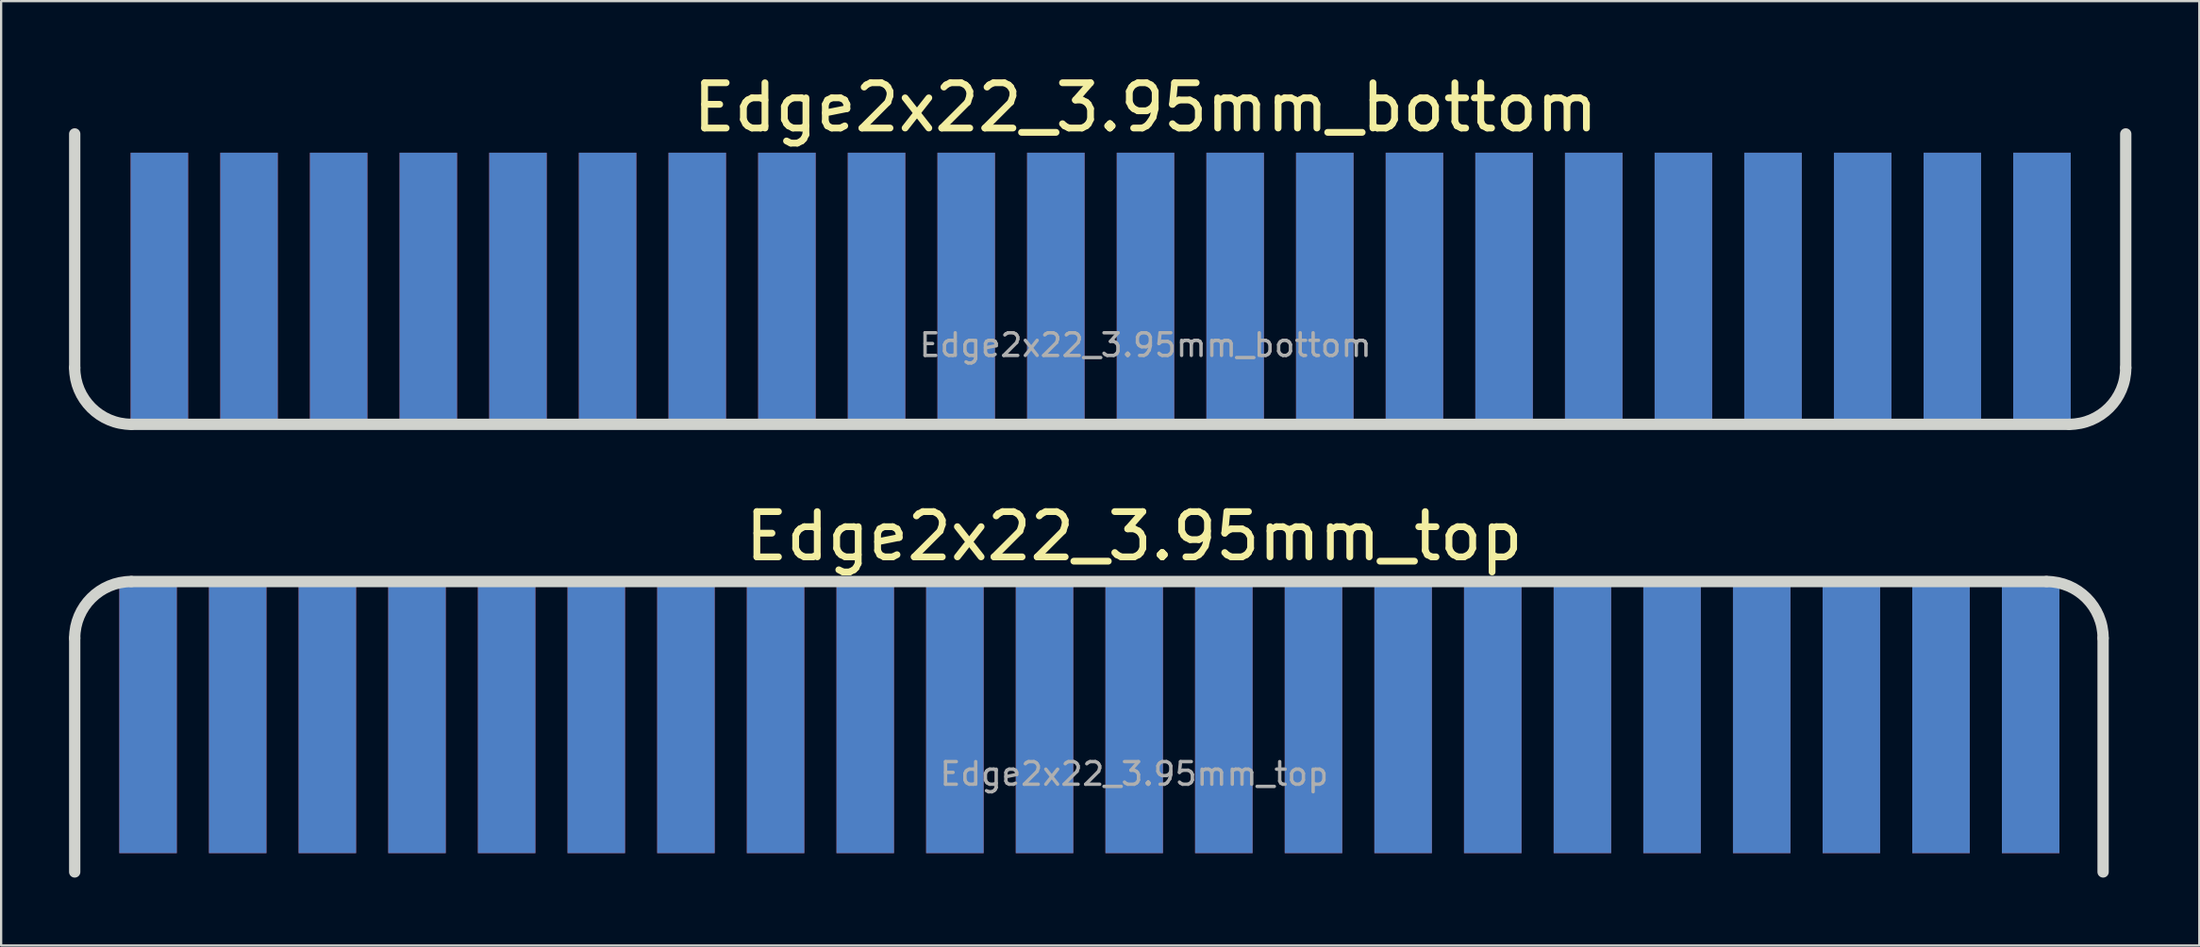
<source format=kicad_pcb>
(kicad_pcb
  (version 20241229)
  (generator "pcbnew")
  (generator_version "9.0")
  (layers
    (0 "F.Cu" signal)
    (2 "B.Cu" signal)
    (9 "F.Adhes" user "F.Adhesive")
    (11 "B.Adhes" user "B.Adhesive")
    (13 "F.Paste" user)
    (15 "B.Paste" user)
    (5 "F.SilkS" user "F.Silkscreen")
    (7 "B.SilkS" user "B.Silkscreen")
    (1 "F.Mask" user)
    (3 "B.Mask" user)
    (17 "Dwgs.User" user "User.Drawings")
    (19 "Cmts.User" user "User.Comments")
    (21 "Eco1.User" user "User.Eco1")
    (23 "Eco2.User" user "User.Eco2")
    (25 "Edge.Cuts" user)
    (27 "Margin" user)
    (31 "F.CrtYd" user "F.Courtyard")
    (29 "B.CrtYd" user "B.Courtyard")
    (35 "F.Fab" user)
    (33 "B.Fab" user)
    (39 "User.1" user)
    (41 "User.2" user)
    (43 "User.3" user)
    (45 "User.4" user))
  (footprint "Edge2x22_3.95mm_bottom"
    (layer "F.Cu")
    (at 47.55 15.697)
    (property "Reference" "Edge2x22_3.95mm_bottom" (at 0 -14 0) (unlocked yes) (layer "F.SilkS") (effects (font (size 2 2) (thickness 0.3))))
    (attr exclude_from_pos_files exclude_from_bom)
    (fp_line (start -47.3 -2.5) (end -47.3 -12.83) (stroke (width 0.5) (type default)) (layer "Edge.Cuts"))
    (fp_line (start -44.8 0) (end 40.8 0) (stroke (width 0.5) (type solid)) (layer "Edge.Cuts"))
    (fp_line (start 43.3 -2.5) (end 43.3 -12.83) (stroke (width 0.5) (type default)) (layer "Edge.Cuts"))
    (fp_arc (start -44.8 0) (mid -46.567767 -0.732233) (end -47.3 -2.5) (stroke (width 0.5) (type default)) (layer "Edge.Cuts"))
    (fp_arc (start 43.3 -2.5) (mid 42.567767 -0.732233) (end 40.8 0) (stroke (width 0.5) (type default)) (layer "Edge.Cuts"))
    (fp_line (start -46.98 0) (end 43.02 0) (stroke (width 0.05) (type dash_dot_dot)) (layer "User.1"))
    (fp_text user "${REFERENCE}" (at 0 -3.5 0) (unlocked yes) (layer "F.Fab") (effects (font (size 1 1) (thickness 0.15))))
    (pad "1" connect rect (at -43.56 -6) (size 2.54 12) (layers "B.Cu" "B.Mask"))
    (pad "2" connect rect (at -39.6 -6) (size 2.54 12) (layers "B.Cu" "B.Mask"))
    (pad "3" connect rect (at -35.64 -6) (size 2.54 12) (layers "B.Cu" "B.Mask"))
    (pad "4" connect rect (at -31.68 -6) (size 2.54 12) (layers "B.Cu" "B.Mask"))
    (pad "5" connect rect (at -27.72 -6) (size 2.54 12) (layers "B.Cu" "B.Mask"))
    (pad "6" connect rect (at -23.76 -6) (size 2.54 12) (layers "B.Cu" "B.Mask"))
    (pad "7" connect rect (at -19.8 -6) (size 2.54 12) (layers "B.Cu" "B.Mask"))
    (pad "8" connect rect (at -15.84 -6) (size 2.54 12) (layers "B.Cu" "B.Mask"))
    (pad "9" connect rect (at -11.88 -6) (size 2.54 12) (layers "B.Cu" "B.Mask"))
    (pad "10" connect rect (at -7.92 -6) (size 2.54 12) (layers "B.Cu" "B.Mask"))
    (pad "11" connect rect (at -3.96 -6) (size 2.54 12) (layers "B.Cu" "B.Mask"))
    (pad "12" connect rect (at 0 -6) (size 2.54 12) (layers "B.Cu" "B.Mask"))
    (pad "13" connect rect (at 3.96 -6) (size 2.54 12) (layers "B.Cu" "B.Mask"))
    (pad "14" connect rect (at 7.92 -6) (size 2.54 12) (layers "B.Cu" "B.Mask"))
    (pad "15" connect rect (at 11.88 -6) (size 2.54 12) (layers "B.Cu" "B.Mask"))
    (pad "16" connect rect (at 15.84 -6) (size 2.54 12) (layers "B.Cu" "B.Mask"))
    (pad "17" connect rect (at 19.8 -6) (size 2.54 12) (layers "B.Cu" "B.Mask"))
    (pad "18" connect rect (at 23.76 -6) (size 2.54 12) (layers "B.Cu" "B.Mask"))
    (pad "19" connect rect (at 27.72 -6) (size 2.54 12) (layers "B.Cu" "B.Mask"))
    (pad "20" connect rect (at 31.68 -6) (size 2.54 12) (layers "B.Cu" "B.Mask"))
    (pad "21" connect rect (at 35.64 -6) (size 2.54 12) (layers "B.Cu" "B.Mask"))
    (pad "22" connect rect (at 39.6 -6) (size 2.54 12) (layers "B.Cu" "B.Mask"))
    (pad "23" connect rect (at -43.56 -6) (size 2.54 12) (layers "F.Cu" "F.Mask"))
    (pad "24" connect rect (at -39.6 -6) (size 2.54 12) (layers "F.Cu" "F.Mask"))
    (pad "25" connect rect (at -35.64 -6) (size 2.54 12) (layers "F.Cu" "F.Mask"))
    (pad "26" connect rect (at -31.68 -6) (size 2.54 12) (layers "F.Cu" "F.Mask"))
    (pad "27" connect rect (at -27.72 -6) (size 2.54 12) (layers "F.Cu" "F.Mask"))
    (pad "28" connect rect (at -23.76 -6) (size 2.54 12) (layers "F.Cu" "F.Mask"))
    (pad "29" connect rect (at -19.8 -6) (size 2.54 12) (layers "F.Cu" "F.Mask"))
    (pad "30" connect rect (at -15.84 -6) (size 2.54 12) (layers "F.Cu" "F.Mask"))
    (pad "31" connect rect (at -11.88 -6) (size 2.54 12) (layers "F.Cu" "F.Mask"))
    (pad "32" connect rect (at -7.92 -6) (size 2.54 12) (layers "F.Cu" "F.Mask"))
    (pad "33" connect rect (at -3.96 -6) (size 2.54 12) (layers "F.Cu" "F.Mask"))
    (pad "34" connect rect (at 0 -6) (size 2.54 12) (layers "F.Cu" "F.Mask"))
    (pad "35" connect rect (at 3.96 -6) (size 2.54 12) (layers "F.Cu" "F.Mask"))
    (pad "36" connect rect (at 7.92 -6) (size 2.54 12) (layers "F.Cu" "F.Mask"))
    (pad "37" connect rect (at 11.88 -6) (size 2.54 12) (layers "F.Cu" "F.Mask"))
    (pad "38" connect rect (at 15.84 -6) (size 2.54 12) (layers "F.Cu" "F.Mask"))
    (pad "39" connect rect (at 19.8 -6) (size 2.54 12) (layers "F.Cu" "F.Mask"))
    (pad "40" connect rect (at 23.76 -6) (size 2.54 12) (layers "F.Cu" "F.Mask"))
    (pad "41" connect rect (at 27.72 -6) (size 2.54 12) (layers "F.Cu" "F.Mask"))
    (pad "42" connect rect (at 31.68 -6) (size 2.54 12) (layers "F.Cu" "F.Mask"))
    (pad "43" connect rect (at 35.64 -6) (size 2.54 12) (layers "F.Cu" "F.Mask"))
    (pad "44" connect rect (at 39.6 -6) (size 2.54 12) (layers "F.Cu" "F.Mask")))
  (footprint "Edge2x22_3.95mm_top"
    (layer "F.Cu")
    (at 47.05 34.643)
    (property "Reference" "Edge2x22_3.95mm_top" (at 0 -14 0) (unlocked yes) (layer "F.SilkS") (effects (font (size 2 2) (thickness 0.3))))
    (attr exclude_from_pos_files exclude_from_bom)
    (fp_line (start -46.8 -9.5) (end -46.8 0.83) (stroke (width 0.5) (type default)) (layer "Edge.Cuts"))
    (fp_line (start -44.3 -12) (end 40.3 -12) (stroke (width 0.5) (type solid)) (layer "Edge.Cuts"))
    (fp_line (start 42.8 -9.5) (end 42.8 0.83) (stroke (width 0.5) (type default)) (layer "Edge.Cuts"))
    (fp_arc (start -46.8 -9.5) (mid -46.067767 -11.267767) (end -44.3 -12) (stroke (width 0.5) (type default)) (layer "Edge.Cuts"))
    (fp_arc (start 40.3 -12) (mid 42.067767 -11.267767) (end 42.8 -9.5) (stroke (width 0.5) (type default)) (layer "Edge.Cuts"))
    (fp_line (start -46.98 0) (end 43.02 0) (stroke (width 0.05) (type dash_dot_dot)) (layer "User.1"))
    (fp_text user "${REFERENCE}" (at 0 -3.5 0) (unlocked yes) (layer "F.Fab") (effects (font (size 1 1) (thickness 0.15))))
    (pad "1" connect rect (at -43.56 -6) (size 2.54 12) (layers "F.Cu" "F.Mask"))
    (pad "2" connect rect (at -39.6 -6) (size 2.54 12) (layers "F.Cu" "F.Mask"))
    (pad "3" connect rect (at -35.64 -6) (size 2.54 12) (layers "F.Cu" "F.Mask"))
    (pad "4" connect rect (at -31.68 -6) (size 2.54 12) (layers "F.Cu" "F.Mask"))
    (pad "5" connect rect (at -27.72 -6) (size 2.54 12) (layers "F.Cu" "F.Mask"))
    (pad "6" connect rect (at -23.76 -6) (size 2.54 12) (layers "F.Cu" "F.Mask"))
    (pad "7" connect rect (at -19.8 -6) (size 2.54 12) (layers "F.Cu" "F.Mask"))
    (pad "8" connect rect (at -15.84 -6) (size 2.54 12) (layers "F.Cu" "F.Mask"))
    (pad "9" connect rect (at -11.88 -6) (size 2.54 12) (layers "F.Cu" "F.Mask"))
    (pad "10" connect rect (at -7.92 -6) (size 2.54 12) (layers "F.Cu" "F.Mask"))
    (pad "11" connect rect (at -3.96 -6) (size 2.54 12) (layers "F.Cu" "F.Mask"))
    (pad "12" connect rect (at 0 -6) (size 2.54 12) (layers "F.Cu" "F.Mask"))
    (pad "13" connect rect (at 3.96 -6) (size 2.54 12) (layers "F.Cu" "F.Mask"))
    (pad "14" connect rect (at 7.92 -6) (size 2.54 12) (layers "F.Cu" "F.Mask"))
    (pad "15" connect rect (at 11.88 -6) (size 2.54 12) (layers "F.Cu" "F.Mask"))
    (pad "16" connect rect (at 15.84 -6) (size 2.54 12) (layers "F.Cu" "F.Mask"))
    (pad "17" connect rect (at 19.8 -6) (size 2.54 12) (layers "F.Cu" "F.Mask"))
    (pad "18" connect rect (at 23.76 -6) (size 2.54 12) (layers "F.Cu" "F.Mask"))
    (pad "19" connect rect (at 27.72 -6) (size 2.54 12) (layers "F.Cu" "F.Mask"))
    (pad "20" connect rect (at 31.68 -6) (size 2.54 12) (layers "F.Cu" "F.Mask"))
    (pad "21" connect rect (at 35.64 -6) (size 2.54 12) (layers "F.Cu" "F.Mask"))
    (pad "22" connect rect (at 39.6 -6) (size 2.54 12) (layers "F.Cu" "F.Mask"))
    (pad "23" connect rect (at -43.56 -6) (size 2.54 12) (layers "B.Cu" "B.Mask"))
    (pad "24" connect rect (at -39.6 -6) (size 2.54 12) (layers "B.Cu" "B.Mask"))
    (pad "25" connect rect (at -35.64 -6) (size 2.54 12) (layers "B.Cu" "B.Mask"))
    (pad "26" connect rect (at -31.68 -6) (size 2.54 12) (layers "B.Cu" "B.Mask"))
    (pad "27" connect rect (at -27.72 -6) (size 2.54 12) (layers "B.Cu" "B.Mask"))
    (pad "28" connect rect (at -23.76 -6) (size 2.54 12) (layers "B.Cu" "B.Mask"))
    (pad "29" connect rect (at -19.8 -6) (size 2.54 12) (layers "B.Cu" "B.Mask"))
    (pad "30" connect rect (at -15.84 -6) (size 2.54 12) (layers "B.Cu" "B.Mask"))
    (pad "31" connect rect (at -11.88 -6) (size 2.54 12) (layers "B.Cu" "B.Mask"))
    (pad "32" connect rect (at -7.92 -6) (size 2.54 12) (layers "B.Cu" "B.Mask"))
    (pad "33" connect rect (at -3.96 -6) (size 2.54 12) (layers "B.Cu" "B.Mask"))
    (pad "34" connect rect (at 0 -6) (size 2.54 12) (layers "B.Cu" "B.Mask"))
    (pad "35" connect rect (at 3.96 -6) (size 2.54 12) (layers "B.Cu" "B.Mask"))
    (pad "36" connect rect (at 7.92 -6) (size 2.54 12) (layers "B.Cu" "B.Mask"))
    (pad "37" connect rect (at 11.88 -6) (size 2.54 12) (layers "B.Cu" "B.Mask"))
    (pad "38" connect rect (at 15.84 -6) (size 2.54 12) (layers "B.Cu" "B.Mask"))
    (pad "39" connect rect (at 19.8 -6) (size 2.54 12) (layers "B.Cu" "B.Mask"))
    (pad "40" connect rect (at 23.76 -6) (size 2.54 12) (layers "B.Cu" "B.Mask"))
    (pad "41" connect rect (at 27.72 -6) (size 2.54 12) (layers "B.Cu" "B.Mask"))
    (pad "42" connect rect (at 31.68 -6) (size 2.54 12) (layers "B.Cu" "B.Mask"))
    (pad "43" connect rect (at 35.64 -6) (size 2.54 12) (layers "B.Cu" "B.Mask"))
    (pad "44" connect rect (at 39.6 -6) (size 2.54 12) (layers "B.Cu" "B.Mask")))
  (gr_rect
    (start -3 -3)
    (end 94.1 38.723)
    (stroke (width 0.1) (type default))
    (fill no)
    (layer "Edge.Cuts")))
</source>
